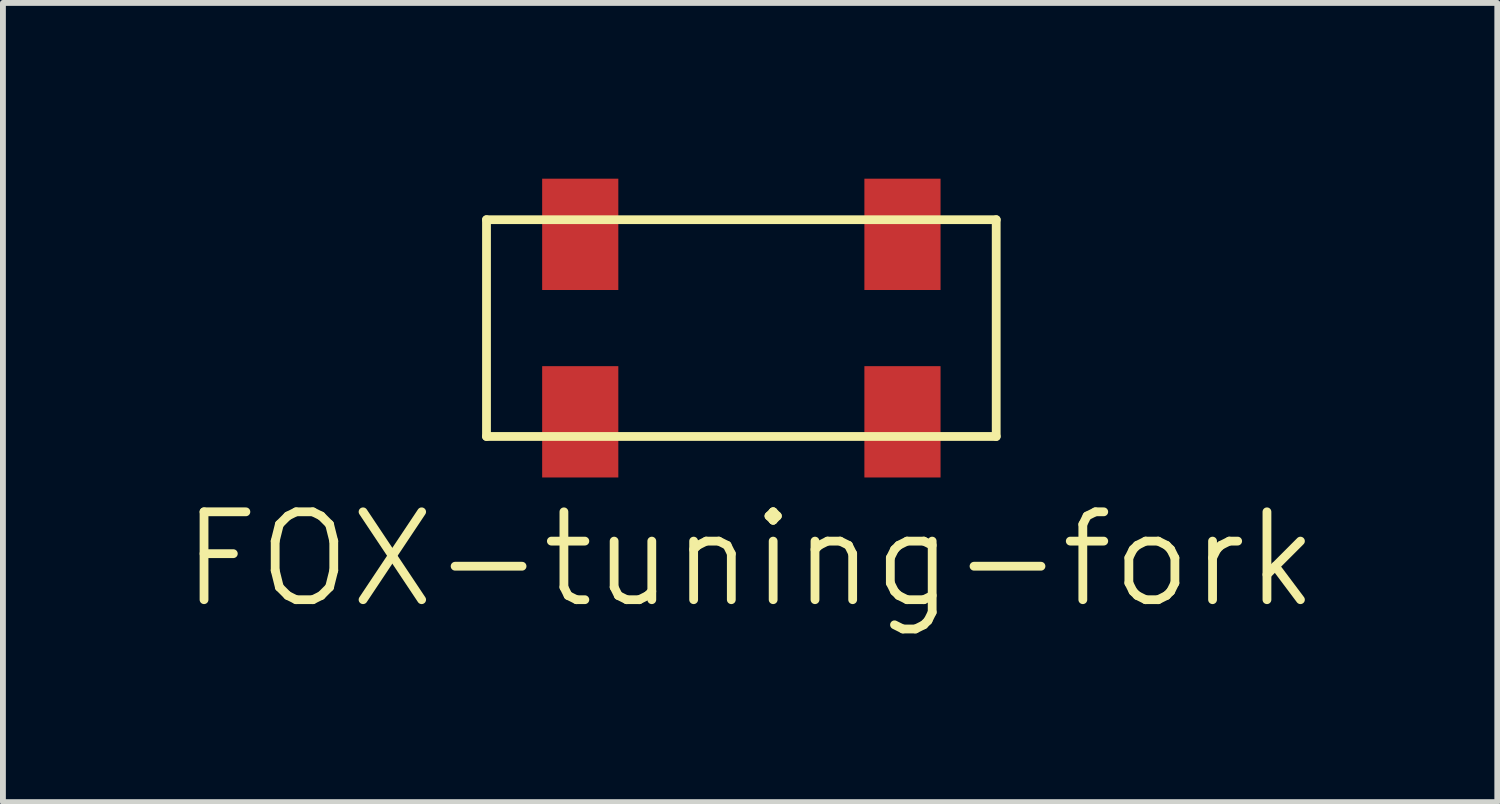
<source format=kicad_pcb>
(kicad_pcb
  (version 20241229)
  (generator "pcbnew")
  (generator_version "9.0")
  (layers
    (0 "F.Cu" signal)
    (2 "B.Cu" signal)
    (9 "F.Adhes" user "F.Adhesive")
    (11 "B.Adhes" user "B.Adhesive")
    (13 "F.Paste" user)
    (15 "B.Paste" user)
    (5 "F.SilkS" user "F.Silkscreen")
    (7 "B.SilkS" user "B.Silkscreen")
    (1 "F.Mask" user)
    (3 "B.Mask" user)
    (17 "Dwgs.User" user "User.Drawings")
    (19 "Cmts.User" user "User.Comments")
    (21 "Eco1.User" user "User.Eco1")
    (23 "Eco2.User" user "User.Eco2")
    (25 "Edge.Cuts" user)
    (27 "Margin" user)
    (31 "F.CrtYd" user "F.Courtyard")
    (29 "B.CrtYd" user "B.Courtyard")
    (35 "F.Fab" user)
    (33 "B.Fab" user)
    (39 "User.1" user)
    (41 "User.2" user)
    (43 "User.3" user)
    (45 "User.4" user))
  (footprint "FOX-tuning-fork"
    (layer "F.Cu")
    (at 9.604 2.55)
    (property "Reference" "FOX-tuning-fork" (at 0.15 3.95 0) (layer "F.SilkS") (effects (font (size 1.5 1.5) (thickness 0.15))))
    (attr through_hole)
    (fp_line (start -4.35 -1.85) (end 4.35 -1.85) (stroke (width 0.15) (type solid)) (layer "F.SilkS"))
    (fp_line (start -4.35 1.85) (end -4.35 -1.85) (stroke (width 0.15) (type solid)) (layer "F.SilkS"))
    (fp_line (start 4.35 -1.85) (end 4.35 1.85) (stroke (width 0.15) (type solid)) (layer "F.SilkS"))
    (fp_line (start 4.35 1.85) (end -4.35 1.85) (stroke (width 0.15) (type solid)) (layer "F.SilkS"))
    (pad "1" smd rect (at -2.75 -1.6) (size 1.3 1.9) (layers "F.Cu" "F.Mask" "F.Paste"))
    (pad "2" smd rect (at 2.75 -1.6) (size 1.3 1.9) (layers "F.Cu" "F.Mask" "F.Paste"))
    (pad "3" smd rect (at 2.75 1.6) (size 1.3 1.9) (layers "F.Cu" "F.Mask" "F.Paste"))
    (pad "4" smd rect (at -2.75 1.6) (size 1.3 1.9) (layers "F.Cu" "F.Mask" "F.Paste")))
  (gr_rect
    (start -3 -3)
    (end 22.507 10.641)
    (stroke (width 0.1) (type default))
    (fill no)
    (layer "Edge.Cuts")))
</source>
